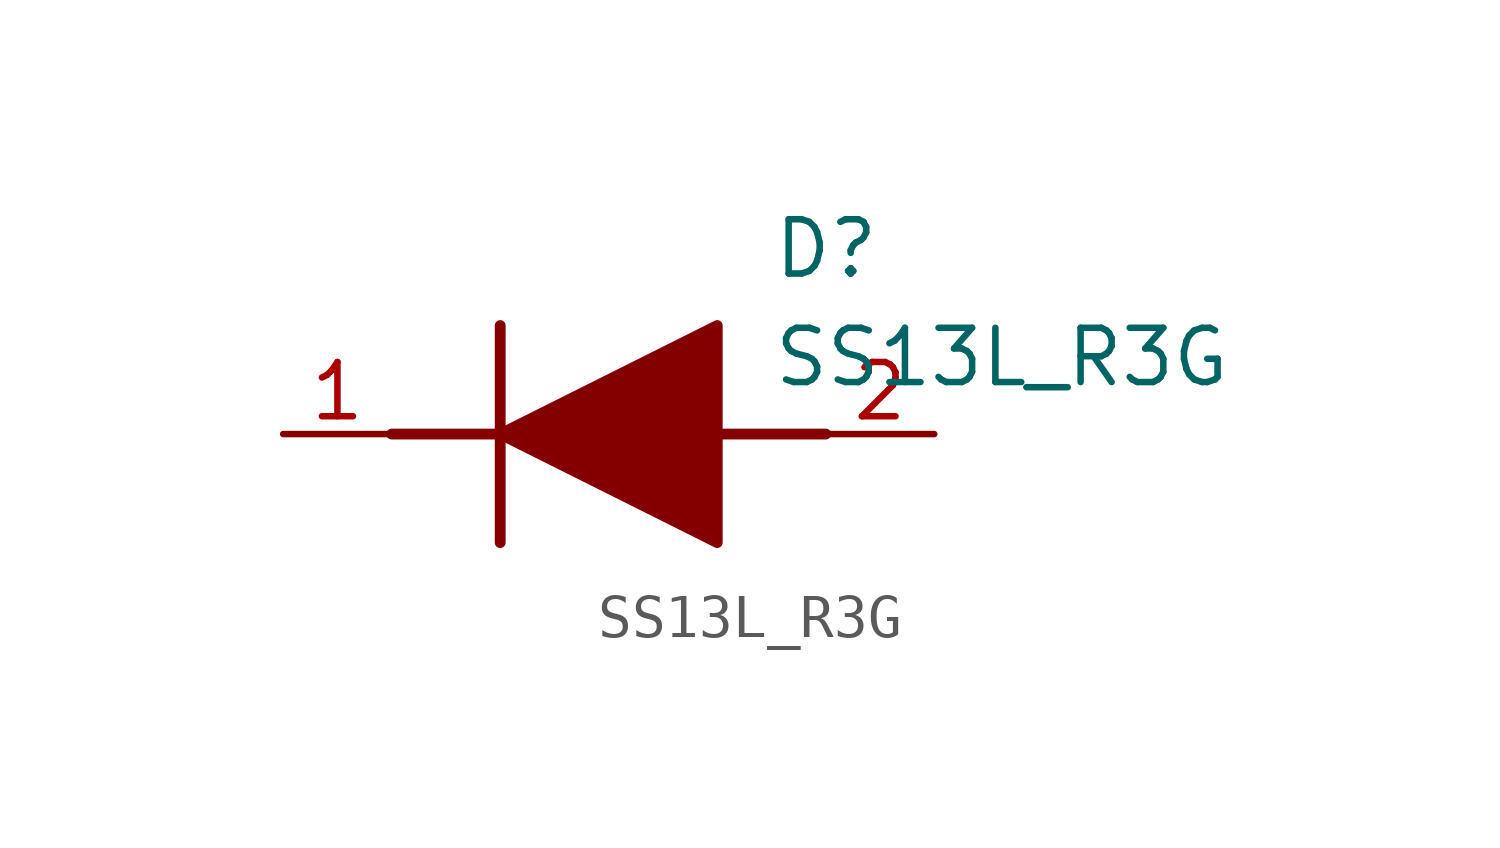
<source format=kicad_sym>
(kicad_symbol_lib
  (version 20211014)
  (generator SamacSys_ECAD_Model)
  (symbol "SS13L_R3G"
    (pin_names hide)
    (property "Reference" "D"
      (at 11.43 5.08 0)
      (effects (font (size 1.27 1.27)) (justify left top)))
    (property "Value" "SS13L_R3G"
      (at 11.43 2.54 0)
      (effects (font (size 1.27 1.27)) (justify left top)))
    (polyline
      (pts (xy 5.08 2.54) (xy 5.08 -2.54))
      (stroke (width 0.254) (type default))
      (fill (type none)))
    (polyline
      (pts (xy 2.54 0) (xy 5.08 0))
      (stroke (width 0.254) (type default))
      (fill (type none)))
    (polyline
      (pts (xy 10.16 0) (xy 12.7 0))
      (stroke (width 0.254) (type default))
      (fill (type none)))
    (polyline
      (pts (xy 5.08 0) (xy 10.16 2.54) (xy 10.16 -2.54) (xy 5.08 0))
      (stroke (width 0.254) (type default))
      (fill (type outline)))
    (pin passive line
      (at 0 0 0)
      (length 2.54)
      (name "K" (effects (font (size 1.27 1.27))))
      (number "1" (effects (font (size 1.27 1.27)))))
    (pin passive line
      (at 15.24 0 180)
      (length 2.54)
      (name "A" (effects (font (size 1.27 1.27))))
      (number "2" (effects (font (size 1.27 1.27)))))))
</source>
